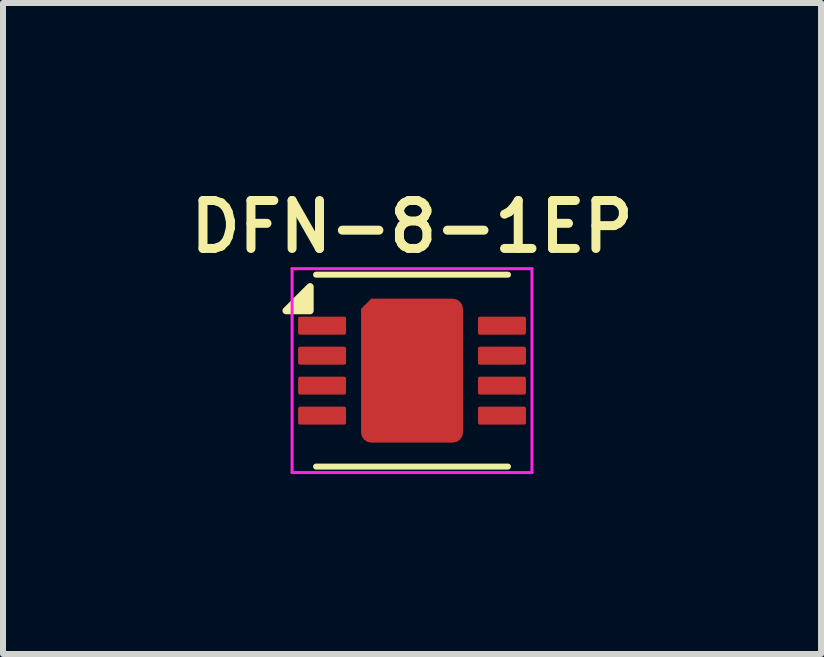
<source format=kicad_pcb>
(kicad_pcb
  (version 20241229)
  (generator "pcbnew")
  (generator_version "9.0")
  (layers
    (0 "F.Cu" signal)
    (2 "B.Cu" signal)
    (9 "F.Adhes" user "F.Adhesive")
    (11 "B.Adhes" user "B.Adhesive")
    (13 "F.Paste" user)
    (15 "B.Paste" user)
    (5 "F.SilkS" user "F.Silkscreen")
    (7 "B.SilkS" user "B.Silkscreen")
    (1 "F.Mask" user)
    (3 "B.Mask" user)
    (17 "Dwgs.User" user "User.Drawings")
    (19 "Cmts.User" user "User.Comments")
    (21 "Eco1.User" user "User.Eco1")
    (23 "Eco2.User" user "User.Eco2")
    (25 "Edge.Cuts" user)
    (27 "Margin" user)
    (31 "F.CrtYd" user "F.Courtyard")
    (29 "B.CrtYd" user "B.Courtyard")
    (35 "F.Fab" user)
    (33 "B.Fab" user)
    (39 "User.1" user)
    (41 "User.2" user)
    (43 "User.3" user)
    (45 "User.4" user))
  (footprint "DFN-8-1EP"
    (layer "F.Cu")
    (at 3.821 3.131)
    (property "Reference" "DFN-8-1EP" (at 0 -2.4 0) (layer "F.SilkS") (effects (font (size 0.8 0.8) (thickness 0.15))))
    (attr smd)
    (fp_line (start -1.6 -1.6) (end 1.6 -1.6) (stroke (width 0.1) (type default)) (layer "F.SilkS"))
    (fp_line (start -1.6 1.6) (end 1.6 1.6) (stroke (width 0.1) (type default)) (layer "F.SilkS"))
    (fp_poly (pts (xy -1.7 -1) (xy -2.1 -1) (xy -1.7 -1.4) (xy -1.7 -1)) (stroke (width 0.12) (type solid)) (fill yes) (layer "F.SilkS"))
    (fp_line (start -2 -1.7) (end -2 1.7) (stroke (width 0.05) (type solid)) (layer "F.CrtYd"))
    (fp_line (start -2 1.7) (end 2 1.7) (stroke (width 0.05) (type solid)) (layer "F.CrtYd"))
    (fp_line (start 2 -1.7) (end -2 -1.7) (stroke (width 0.05) (type solid)) (layer "F.CrtYd"))
    (fp_line (start 2 1.7) (end 2 -1.7) (stroke (width 0.05) (type solid)) (layer "F.CrtYd"))
    (pad "" smd roundrect (at 0 0) (size 1.37 1.93) (layers "F.Paste") (roundrect_rratio 0.182))
    (pad "1" smd roundrect (at -1.5 -0.75) (size 0.8 0.3) (layers "F.Cu" "F.Mask" "F.Paste") (roundrect_rratio 0.1))
    (pad "2" smd roundrect (at -1.5 -0.25) (size 0.8 0.3) (layers "F.Cu" "F.Mask" "F.Paste") (roundrect_rratio 0.1))
    (pad "3" smd roundrect (at -1.5 0.25) (size 0.8 0.3) (layers "F.Cu" "F.Mask" "F.Paste") (roundrect_rratio 0.1))
    (pad "4" smd roundrect (at -1.5 0.75) (size 0.8 0.3) (layers "F.Cu" "F.Mask" "F.Paste") (roundrect_rratio 0.1))
    (pad "5" smd roundrect (at 1.5 0.75) (size 0.8 0.3) (layers "F.Cu" "F.Mask" "F.Paste") (roundrect_rratio 0.1))
    (pad "6" smd roundrect (at 1.5 0.25) (size 0.8 0.3) (layers "F.Cu" "F.Mask" "F.Paste") (roundrect_rratio 0.1))
    (pad "7" smd roundrect (at 1.5 -0.25) (size 0.8 0.3) (layers "F.Cu" "F.Mask" "F.Paste") (roundrect_rratio 0.1))
    (pad "8" smd roundrect (at 1.5 -0.75) (size 0.8 0.3) (layers "F.Cu" "F.Mask" "F.Paste") (roundrect_rratio 0.1))
    (pad "9" smd roundrect (at 0 0) (size 1.7 2.4) (property pad_prop_heatsink) (layers "F.Cu" "F.Mask") (roundrect_rratio 0.1) (chamfer_ratio 0.1) (chamfer top_left)))
  (gr_rect
    (start -3 -3)
    (end 10.642 7.856)
    (stroke (width 0.1) (type default))
    (fill no)
    (layer "Edge.Cuts")))
</source>
